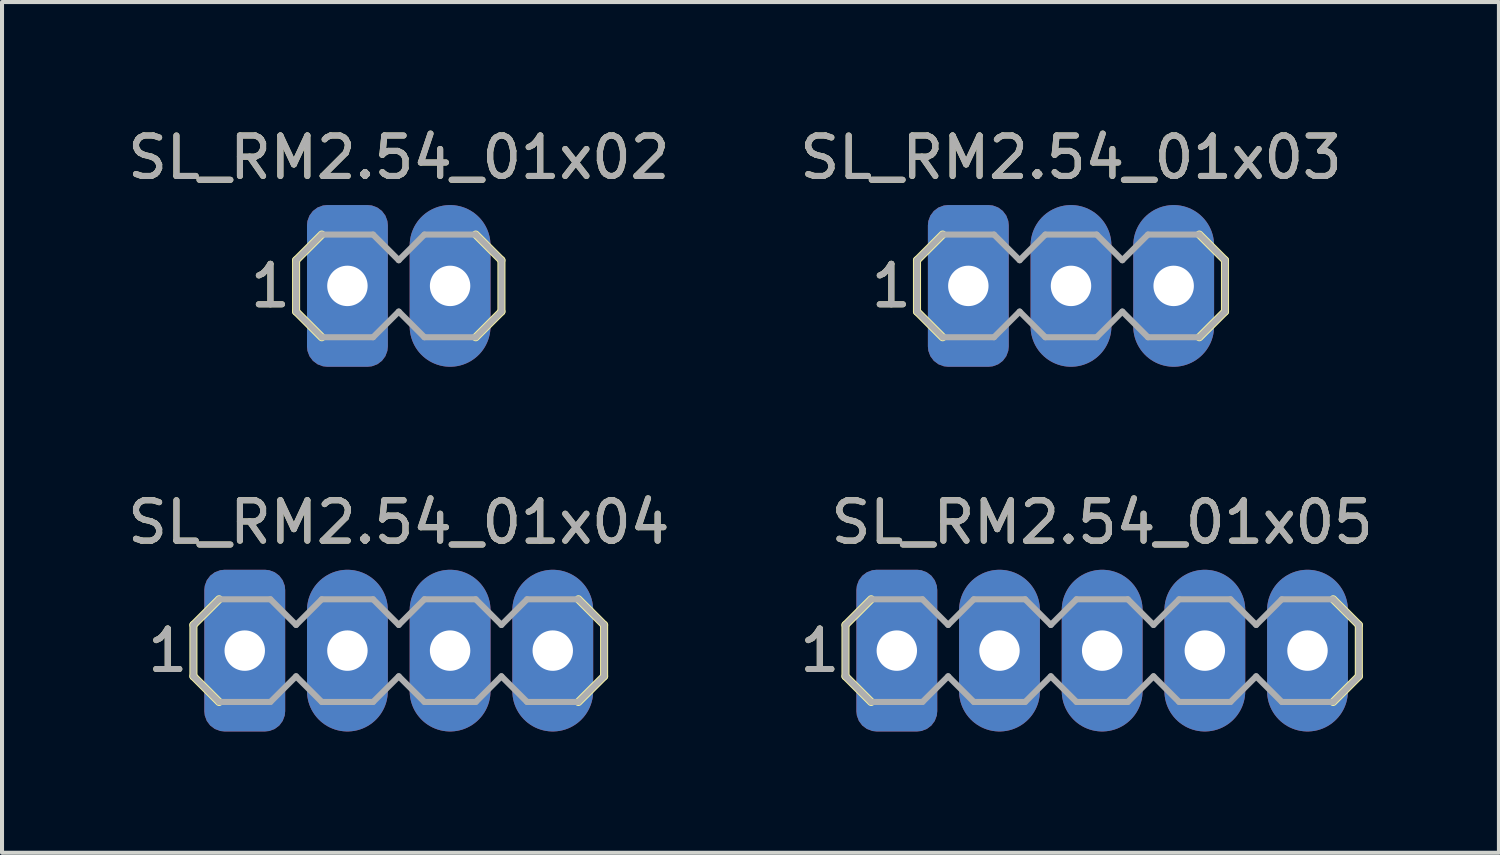
<source format=kicad_pcb>
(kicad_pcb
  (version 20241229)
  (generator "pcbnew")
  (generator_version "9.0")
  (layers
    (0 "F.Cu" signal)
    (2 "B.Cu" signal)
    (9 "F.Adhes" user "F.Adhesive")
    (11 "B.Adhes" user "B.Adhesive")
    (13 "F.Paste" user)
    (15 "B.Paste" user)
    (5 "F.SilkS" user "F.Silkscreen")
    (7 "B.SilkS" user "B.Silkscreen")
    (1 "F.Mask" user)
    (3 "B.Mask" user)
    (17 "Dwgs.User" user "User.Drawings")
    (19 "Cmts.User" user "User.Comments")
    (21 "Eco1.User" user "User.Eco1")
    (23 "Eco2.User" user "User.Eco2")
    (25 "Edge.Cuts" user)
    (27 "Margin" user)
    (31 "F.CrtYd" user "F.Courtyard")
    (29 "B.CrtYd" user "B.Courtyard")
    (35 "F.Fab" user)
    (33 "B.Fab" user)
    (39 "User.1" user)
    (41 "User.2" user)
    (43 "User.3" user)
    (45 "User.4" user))
  (footprint "SL_RM2.54_01x04"
    (layer "F.Cu")
    (at 5.545 13.046)
    (property "Reference" "SL_RM2.54_01x04" (at 1.27 -3.175 0) (layer "F.SilkS") (effects (font (size 1 1) (thickness 0.15))))
    (attr through_hole)
    (fp_line (start -3.81 -0.635) (end -3.175 -1.27) (stroke (width 0.2) (type solid)) (layer "F.SilkS"))
    (fp_line (start -3.81 0.635) (end -3.81 -0.635) (stroke (width 0.2) (type solid)) (layer "F.SilkS"))
    (fp_line (start -3.175 1.27) (end -3.81 0.635) (stroke (width 0.2) (type solid)) (layer "F.SilkS"))
    (fp_line (start 5.715 -1.27) (end 6.35 -0.635) (stroke (width 0.2) (type solid)) (layer "F.SilkS"))
    (fp_line (start 6.35 -0.635) (end 6.35 0.635) (stroke (width 0.2) (type solid)) (layer "F.SilkS"))
    (fp_line (start 6.35 0.635) (end 5.715 1.27) (stroke (width 0.2) (type solid)) (layer "F.SilkS"))
    (fp_line (start -3.81 -0.635) (end -3.81 0.635) (stroke (width 0.15) (type solid)) (layer "F.Fab"))
    (fp_line (start -3.81 0.635) (end -3.175 1.27) (stroke (width 0.15) (type solid)) (layer "F.Fab"))
    (fp_line (start -3.175 -1.27) (end -3.81 -0.635) (stroke (width 0.15) (type solid)) (layer "F.Fab"))
    (fp_line (start -3.175 -1.27) (end -1.905 -1.27) (stroke (width 0.15) (type solid)) (layer "F.Fab"))
    (fp_line (start -3.175 1.27) (end -1.905 1.27) (stroke (width 0.15) (type solid)) (layer "F.Fab"))
    (fp_line (start -1.905 -1.27) (end -1.27 -0.635) (stroke (width 0.15) (type solid)) (layer "F.Fab"))
    (fp_line (start -1.905 1.27) (end -1.27 0.635) (stroke (width 0.15) (type solid)) (layer "F.Fab"))
    (fp_line (start -1.27 -0.635) (end -0.635 -1.27) (stroke (width 0.15) (type solid)) (layer "F.Fab"))
    (fp_line (start -1.27 0.635) (end -0.635 1.27) (stroke (width 0.15) (type solid)) (layer "F.Fab"))
    (fp_line (start -0.635 -1.27) (end 0.635 -1.27) (stroke (width 0.15) (type solid)) (layer "F.Fab"))
    (fp_line (start -0.635 1.27) (end 0.635 1.27) (stroke (width 0.15) (type solid)) (layer "F.Fab"))
    (fp_line (start 0.635 -1.27) (end 1.27 -0.635) (stroke (width 0.15) (type solid)) (layer "F.Fab"))
    (fp_line (start 0.635 1.27) (end 1.27 0.635) (stroke (width 0.15) (type solid)) (layer "F.Fab"))
    (fp_line (start 1.27 -0.635) (end 1.905 -1.27) (stroke (width 0.15) (type solid)) (layer "F.Fab"))
    (fp_line (start 1.27 0.635) (end 1.905 1.27) (stroke (width 0.15) (type solid)) (layer "F.Fab"))
    (fp_line (start 1.905 -1.27) (end 3.175 -1.27) (stroke (width 0.15) (type solid)) (layer "F.Fab"))
    (fp_line (start 1.905 1.27) (end 3.175 1.27) (stroke (width 0.15) (type solid)) (layer "F.Fab"))
    (fp_line (start 3.175 -1.27) (end 3.81 -0.635) (stroke (width 0.15) (type solid)) (layer "F.Fab"))
    (fp_line (start 3.175 1.27) (end 3.81 0.635) (stroke (width 0.15) (type solid)) (layer "F.Fab"))
    (fp_line (start 3.81 -0.635) (end 4.445 -1.27) (stroke (width 0.15) (type solid)) (layer "F.Fab"))
    (fp_line (start 3.81 0.635) (end 4.445 1.27) (stroke (width 0.15) (type solid)) (layer "F.Fab"))
    (fp_line (start 4.445 -1.27) (end 5.715 -1.27) (stroke (width 0.15) (type solid)) (layer "F.Fab"))
    (fp_line (start 4.445 1.27) (end 5.715 1.27) (stroke (width 0.15) (type solid)) (layer "F.Fab"))
    (fp_line (start 5.715 -1.27) (end 6.35 -0.635) (stroke (width 0.15) (type solid)) (layer "F.Fab"))
    (fp_line (start 5.715 1.27) (end 6.35 0.635) (stroke (width 0.15) (type solid)) (layer "F.Fab"))
    (fp_line (start 6.35 0.635) (end 6.35 -0.635) (stroke (width 0.15) (type solid)) (layer "F.Fab"))
    (fp_poly (pts (xy -2.794 -0.254) (xy -2.794 0.254) (xy -2.286 0.254) (xy -2.286 -0.254)) (stroke (width 0.15) (type solid)) (fill no) (layer "F.Fab"))
    (fp_poly (pts (xy -0.254 -0.254) (xy -0.254 0.254) (xy 0.254 0.254) (xy 0.254 -0.254)) (stroke (width 0.15) (type solid)) (fill no) (layer "F.Fab"))
    (fp_poly (pts (xy 2.286 -0.254) (xy 2.286 0.254) (xy 2.794 0.254) (xy 2.794 -0.254)) (stroke (width 0.15) (type solid)) (fill no) (layer "F.Fab"))
    (fp_poly (pts (xy 4.826 -0.254) (xy 4.826 0.254) (xy 5.334 0.254) (xy 5.334 -0.254)) (stroke (width 0.15) (type solid)) (fill no) (layer "F.Fab"))
    (fp_text user "1" (at -4.445 0 0) (layer "F.SilkS") (effects (font (size 1 1) (thickness 0.15))))
    (fp_text user "${REFERENCE}" (at 1.27 -3.175 0) (layer "F.Fab") (effects (font (size 1 1) (thickness 0.15))))
    (fp_text user "1" (at -4.445 0 0) (layer "F.Fab") (effects (font (size 1 1) (thickness 0.15))))
    (pad "1" thru_hole roundrect (at -2.54 0) (size 2 4) (drill 1) (layers "*.Cu" "*.Mask") (roundrect_rratio 0.25))
    (pad "2" thru_hole oval (at 0 0) (size 2 4) (drill 1) (layers "*.Cu" "*.Mask"))
    (pad "3" thru_hole oval (at 2.54 0) (size 2 4) (drill 1) (layers "*.Cu" "*.Mask"))
    (pad "4" thru_hole oval (at 5.08 0) (size 2 4) (drill 1) (layers "*.Cu" "*.Mask")))
  (footprint "SL_RM2.54_01x05"
    (layer "F.Cu")
    (at 24.217 13.046)
    (property "Reference" "SL_RM2.54_01x05" (at 0 -3.175 0) (layer "F.SilkS") (effects (font (size 1 1) (thickness 0.15))))
    (attr through_hole)
    (fp_line (start -6.35 -0.635) (end -5.715 -1.27) (stroke (width 0.2) (type solid)) (layer "F.SilkS"))
    (fp_line (start -6.35 0.635) (end -6.35 -0.635) (stroke (width 0.2) (type solid)) (layer "F.SilkS"))
    (fp_line (start -5.715 1.27) (end -6.35 0.635) (stroke (width 0.2) (type solid)) (layer "F.SilkS"))
    (fp_line (start 5.715 -1.27) (end 6.35 -0.635) (stroke (width 0.2) (type solid)) (layer "F.SilkS"))
    (fp_line (start 6.35 -0.635) (end 6.35 0.635) (stroke (width 0.2) (type solid)) (layer "F.SilkS"))
    (fp_line (start 6.35 0.635) (end 5.715 1.27) (stroke (width 0.2) (type solid)) (layer "F.SilkS"))
    (fp_line (start -6.35 -0.635) (end -6.35 0.635) (stroke (width 0.15) (type solid)) (layer "F.Fab"))
    (fp_line (start -6.35 0.635) (end -5.715 1.27) (stroke (width 0.15) (type solid)) (layer "F.Fab"))
    (fp_line (start -5.715 -1.27) (end -6.35 -0.635) (stroke (width 0.15) (type solid)) (layer "F.Fab"))
    (fp_line (start -5.715 -1.27) (end -4.445 -1.27) (stroke (width 0.15) (type solid)) (layer "F.Fab"))
    (fp_line (start -5.715 1.27) (end -4.445 1.27) (stroke (width 0.15) (type solid)) (layer "F.Fab"))
    (fp_line (start -4.445 -1.27) (end -3.81 -0.635) (stroke (width 0.15) (type solid)) (layer "F.Fab"))
    (fp_line (start -4.445 1.27) (end -3.81 0.635) (stroke (width 0.15) (type solid)) (layer "F.Fab"))
    (fp_line (start -3.81 -0.635) (end -3.175 -1.27) (stroke (width 0.15) (type solid)) (layer "F.Fab"))
    (fp_line (start -3.81 0.635) (end -3.175 1.27) (stroke (width 0.15) (type solid)) (layer "F.Fab"))
    (fp_line (start -3.175 -1.27) (end -1.905 -1.27) (stroke (width 0.15) (type solid)) (layer "F.Fab"))
    (fp_line (start -3.175 1.27) (end -1.905 1.27) (stroke (width 0.15) (type solid)) (layer "F.Fab"))
    (fp_line (start -1.905 -1.27) (end -1.27 -0.635) (stroke (width 0.15) (type solid)) (layer "F.Fab"))
    (fp_line (start -1.905 1.27) (end -1.27 0.635) (stroke (width 0.15) (type solid)) (layer "F.Fab"))
    (fp_line (start -1.27 -0.635) (end -0.635 -1.27) (stroke (width 0.15) (type solid)) (layer "F.Fab"))
    (fp_line (start -1.27 0.635) (end -0.635 1.27) (stroke (width 0.15) (type solid)) (layer "F.Fab"))
    (fp_line (start -0.635 -1.27) (end 0.635 -1.27) (stroke (width 0.15) (type solid)) (layer "F.Fab"))
    (fp_line (start -0.635 1.27) (end 0.635 1.27) (stroke (width 0.15) (type solid)) (layer "F.Fab"))
    (fp_line (start 0.635 -1.27) (end 1.27 -0.635) (stroke (width 0.15) (type solid)) (layer "F.Fab"))
    (fp_line (start 0.635 1.27) (end 1.27 0.635) (stroke (width 0.15) (type solid)) (layer "F.Fab"))
    (fp_line (start 1.27 -0.635) (end 1.905 -1.27) (stroke (width 0.15) (type solid)) (layer "F.Fab"))
    (fp_line (start 1.27 0.635) (end 1.905 1.27) (stroke (width 0.15) (type solid)) (layer "F.Fab"))
    (fp_line (start 1.905 -1.27) (end 3.175 -1.27) (stroke (width 0.15) (type solid)) (layer "F.Fab"))
    (fp_line (start 1.905 1.27) (end 3.175 1.27) (stroke (width 0.15) (type solid)) (layer "F.Fab"))
    (fp_line (start 3.175 -1.27) (end 3.81 -0.635) (stroke (width 0.15) (type solid)) (layer "F.Fab"))
    (fp_line (start 3.175 1.27) (end 3.81 0.635) (stroke (width 0.15) (type solid)) (layer "F.Fab"))
    (fp_line (start 3.81 0.635) (end 4.445 1.27) (stroke (width 0.15) (type solid)) (layer "F.Fab"))
    (fp_line (start 4.445 -1.27) (end 3.81 -0.635) (stroke (width 0.15) (type solid)) (layer "F.Fab"))
    (fp_line (start 4.445 1.27) (end 5.715 1.27) (stroke (width 0.15) (type solid)) (layer "F.Fab"))
    (fp_line (start 5.715 -1.27) (end 4.445 -1.27) (stroke (width 0.15) (type solid)) (layer "F.Fab"))
    (fp_line (start 5.715 1.27) (end 6.35 0.635) (stroke (width 0.15) (type solid)) (layer "F.Fab"))
    (fp_line (start 6.35 -0.635) (end 5.715 -1.27) (stroke (width 0.15) (type solid)) (layer "F.Fab"))
    (fp_line (start 6.35 0.635) (end 6.35 -0.635) (stroke (width 0.15) (type solid)) (layer "F.Fab"))
    (fp_poly (pts (xy -5.334 -0.254) (xy -5.334 0.254) (xy -4.826 0.254) (xy -4.826 -0.254)) (stroke (width 0.15) (type solid)) (fill no) (layer "F.Fab"))
    (fp_poly (pts (xy -2.794 -0.254) (xy -2.794 0.254) (xy -2.286 0.254) (xy -2.286 -0.254)) (stroke (width 0.15) (type solid)) (fill no) (layer "F.Fab"))
    (fp_poly (pts (xy -0.254 -0.254) (xy -0.254 0.254) (xy 0.254 0.254) (xy 0.254 -0.254)) (stroke (width 0.15) (type solid)) (fill no) (layer "F.Fab"))
    (fp_poly (pts (xy 2.286 -0.254) (xy 2.286 0.254) (xy 2.794 0.254) (xy 2.794 -0.254)) (stroke (width 0.15) (type solid)) (fill no) (layer "F.Fab"))
    (fp_poly (pts (xy 4.826 -0.254) (xy 4.826 0.254) (xy 5.334 0.254) (xy 5.334 -0.254)) (stroke (width 0.15) (type solid)) (fill no) (layer "F.Fab"))
    (fp_text user "1" (at -6.985 0 0) (layer "F.SilkS") (effects (font (size 1 1) (thickness 0.15))))
    (fp_text user "${REFERENCE}" (at 0 -3.175 0) (layer "F.Fab") (effects (font (size 1 1) (thickness 0.15))))
    (fp_text user "1" (at -6.985 0 0) (layer "F.Fab") (effects (font (size 1 1) (thickness 0.15))))
    (pad "1" thru_hole roundrect (at -5.08 0) (size 2 4) (drill 1) (layers "*.Cu" "*.Mask") (roundrect_rratio 0.25))
    (pad "2" thru_hole oval (at -2.54 0) (size 2 4) (drill 1) (layers "*.Cu" "*.Mask"))
    (pad "3" thru_hole oval (at 0 0) (size 2 4) (drill 1) (layers "*.Cu" "*.Mask"))
    (pad "4" thru_hole oval (at 2.54 0) (size 2 4) (drill 1) (layers "*.Cu" "*.Mask"))
    (pad "5" thru_hole oval (at 5.08 0) (size 2 4) (drill 1) (layers "*.Cu" "*.Mask")))
  (footprint "SL_RM2.54_01x02"
    (layer "F.Cu")
    (at 5.545 4.023)
    (property "Reference" "SL_RM2.54_01x02" (at 1.27 -3.175 0) (layer "F.SilkS") (effects (font (size 1 1) (thickness 0.15))))
    (attr through_hole)
    (fp_line (start -1.27 -0.635) (end -0.635 -1.27) (stroke (width 0.2) (type solid)) (layer "F.SilkS"))
    (fp_line (start -1.27 0.635) (end -1.27 -0.635) (stroke (width 0.2) (type solid)) (layer "F.SilkS"))
    (fp_line (start -0.635 1.27) (end -1.27 0.635) (stroke (width 0.2) (type solid)) (layer "F.SilkS"))
    (fp_line (start 3.175 1.27) (end 3.81 0.635) (stroke (width 0.2) (type solid)) (layer "F.SilkS"))
    (fp_line (start 3.81 -0.635) (end 3.175 -1.27) (stroke (width 0.2) (type solid)) (layer "F.SilkS"))
    (fp_line (start 3.81 0.635) (end 3.81 -0.635) (stroke (width 0.2) (type solid)) (layer "F.SilkS"))
    (fp_line (start -1.27 -0.635) (end -1.27 0.635) (stroke (width 0.15) (type solid)) (layer "F.Fab"))
    (fp_line (start -1.27 0.635) (end -0.635 1.27) (stroke (width 0.15) (type solid)) (layer "F.Fab"))
    (fp_line (start -0.635 -1.27) (end -1.27 -0.635) (stroke (width 0.15) (type solid)) (layer "F.Fab"))
    (fp_line (start -0.635 -1.27) (end 0.635 -1.27) (stroke (width 0.15) (type solid)) (layer "F.Fab"))
    (fp_line (start -0.635 1.27) (end 0.635 1.27) (stroke (width 0.15) (type solid)) (layer "F.Fab"))
    (fp_line (start 0.635 -1.27) (end 1.27 -0.635) (stroke (width 0.15) (type solid)) (layer "F.Fab"))
    (fp_line (start 0.635 1.27) (end 1.27 0.635) (stroke (width 0.15) (type solid)) (layer "F.Fab"))
    (fp_line (start 1.27 -0.635) (end 1.905 -1.27) (stroke (width 0.15) (type solid)) (layer "F.Fab"))
    (fp_line (start 1.27 0.635) (end 1.905 1.27) (stroke (width 0.15) (type solid)) (layer "F.Fab"))
    (fp_line (start 1.905 -1.27) (end 3.175 -1.27) (stroke (width 0.15) (type solid)) (layer "F.Fab"))
    (fp_line (start 1.905 1.27) (end 3.175 1.27) (stroke (width 0.15) (type solid)) (layer "F.Fab"))
    (fp_line (start 3.175 -1.27) (end 3.81 -0.635) (stroke (width 0.15) (type solid)) (layer "F.Fab"))
    (fp_line (start 3.175 1.27) (end 3.81 0.635) (stroke (width 0.15) (type solid)) (layer "F.Fab"))
    (fp_line (start 3.81 0.635) (end 3.81 -0.635) (stroke (width 0.15) (type solid)) (layer "F.Fab"))
    (fp_poly (pts (xy -0.254 -0.254) (xy -0.254 0.254) (xy 0.254 0.254) (xy 0.254 -0.254)) (stroke (width 0.15) (type solid)) (fill no) (layer "F.Fab"))
    (fp_poly (pts (xy 2.286 -0.254) (xy 2.286 0.254) (xy 2.794 0.254) (xy 2.794 -0.254)) (stroke (width 0.15) (type solid)) (fill no) (layer "F.Fab"))
    (fp_text user "1" (at -1.905 0 0) (layer "F.SilkS") (effects (font (size 1 1) (thickness 0.15))))
    (fp_text user "${REFERENCE}" (at 1.27 -3.175 0) (layer "F.Fab") (effects (font (size 1 1) (thickness 0.15))))
    (fp_text user "1" (at -1.905 0 0) (layer "F.Fab") (effects (font (size 1 1) (thickness 0.15))))
    (pad "1" thru_hole roundrect (at 0 0) (size 2 4) (drill 1) (layers "*.Cu" "*.Mask") (roundrect_rratio 0.25))
    (pad "2" thru_hole oval (at 2.54 0) (size 2 4) (drill 1) (layers "*.Cu" "*.Mask")))
  (footprint "SL_RM2.54_01x03"
    (layer "F.Cu")
    (at 23.446 4.023)
    (property "Reference" "SL_RM2.54_01x03" (at 0 -3.175 0) (layer "F.SilkS") (effects (font (size 1 1) (thickness 0.15))))
    (attr through_hole)
    (fp_line (start -3.81 -0.635) (end -3.175 -1.27) (stroke (width 0.2) (type solid)) (layer "F.SilkS"))
    (fp_line (start -3.81 0.635) (end -3.81 -0.635) (stroke (width 0.2) (type solid)) (layer "F.SilkS"))
    (fp_line (start -3.175 1.27) (end -3.81 0.635) (stroke (width 0.2) (type solid)) (layer "F.SilkS"))
    (fp_line (start 3.175 -1.27) (end 3.81 -0.635) (stroke (width 0.2) (type solid)) (layer "F.SilkS"))
    (fp_line (start 3.81 -0.635) (end 3.81 0.635) (stroke (width 0.2) (type solid)) (layer "F.SilkS"))
    (fp_line (start 3.81 0.635) (end 3.175 1.27) (stroke (width 0.2) (type solid)) (layer "F.SilkS"))
    (fp_line (start -3.81 -0.635) (end -3.81 0.635) (stroke (width 0.15) (type solid)) (layer "F.Fab"))
    (fp_line (start -3.81 0.635) (end -3.175 1.27) (stroke (width 0.15) (type solid)) (layer "F.Fab"))
    (fp_line (start -3.175 -1.27) (end -3.81 -0.635) (stroke (width 0.15) (type solid)) (layer "F.Fab"))
    (fp_line (start -3.175 -1.27) (end -1.905 -1.27) (stroke (width 0.15) (type solid)) (layer "F.Fab"))
    (fp_line (start -3.175 1.27) (end -1.905 1.27) (stroke (width 0.15) (type solid)) (layer "F.Fab"))
    (fp_line (start -1.905 -1.27) (end -1.27 -0.635) (stroke (width 0.15) (type solid)) (layer "F.Fab"))
    (fp_line (start -1.905 1.27) (end -1.27 0.635) (stroke (width 0.15) (type solid)) (layer "F.Fab"))
    (fp_line (start -1.27 -0.635) (end -0.635 -1.27) (stroke (width 0.15) (type solid)) (layer "F.Fab"))
    (fp_line (start -1.27 0.635) (end -0.635 1.27) (stroke (width 0.15) (type solid)) (layer "F.Fab"))
    (fp_line (start -0.635 -1.27) (end 0.635 -1.27) (stroke (width 0.15) (type solid)) (layer "F.Fab"))
    (fp_line (start -0.635 1.27) (end 0.635 1.27) (stroke (width 0.15) (type solid)) (layer "F.Fab"))
    (fp_line (start 0.635 -1.27) (end 1.27 -0.635) (stroke (width 0.15) (type solid)) (layer "F.Fab"))
    (fp_line (start 0.635 1.27) (end 1.27 0.635) (stroke (width 0.15) (type solid)) (layer "F.Fab"))
    (fp_line (start 1.27 0.635) (end 1.905 1.27) (stroke (width 0.15) (type solid)) (layer "F.Fab"))
    (fp_line (start 1.905 -1.27) (end 1.27 -0.635) (stroke (width 0.15) (type solid)) (layer "F.Fab"))
    (fp_line (start 1.905 1.27) (end 3.175 1.27) (stroke (width 0.15) (type solid)) (layer "F.Fab"))
    (fp_line (start 3.175 -1.27) (end 1.905 -1.27) (stroke (width 0.15) (type solid)) (layer "F.Fab"))
    (fp_line (start 3.175 1.27) (end 3.81 0.635) (stroke (width 0.15) (type solid)) (layer "F.Fab"))
    (fp_line (start 3.81 -0.635) (end 3.175 -1.27) (stroke (width 0.15) (type solid)) (layer "F.Fab"))
    (fp_line (start 3.81 0.635) (end 3.81 -0.635) (stroke (width 0.15) (type solid)) (layer "F.Fab"))
    (fp_poly (pts (xy -2.794 -0.254) (xy -2.794 0.254) (xy -2.286 0.254) (xy -2.286 -0.254)) (stroke (width 0.15) (type solid)) (fill no) (layer "F.Fab"))
    (fp_poly (pts (xy -0.254 -0.254) (xy -0.254 0.254) (xy 0.254 0.254) (xy 0.254 -0.254)) (stroke (width 0.15) (type solid)) (fill no) (layer "F.Fab"))
    (fp_poly (pts (xy 2.286 -0.254) (xy 2.286 0.254) (xy 2.794 0.254) (xy 2.794 -0.254)) (stroke (width 0.15) (type solid)) (fill no) (layer "F.Fab"))
    (fp_text user "1" (at -4.445 0 0) (layer "F.SilkS") (effects (font (size 1 1) (thickness 0.15))))
    (fp_text user "1" (at -4.445 0 0) (layer "F.Fab") (effects (font (size 1 1) (thickness 0.15))))
    (fp_text user "${REFERENCE}" (at 0 -3.175 0) (layer "F.Fab") (effects (font (size 1 1) (thickness 0.15))))
    (pad "1" thru_hole roundrect (at -2.54 0) (size 2 4) (drill 1) (layers "*.Cu" "*.Mask") (roundrect_rratio 0.25))
    (pad "2" thru_hole oval (at 0 0) (size 2 4) (drill 1) (layers "*.Cu" "*.Mask"))
    (pad "3" thru_hole oval (at 2.54 0) (size 2 4) (drill 1) (layers "*.Cu" "*.Mask")))
  (gr_rect
    (start -3 -3)
    (end 34.033 18.047)
    (stroke (width 0.1) (type default))
    (fill no)
    (layer "Edge.Cuts")))
</source>
